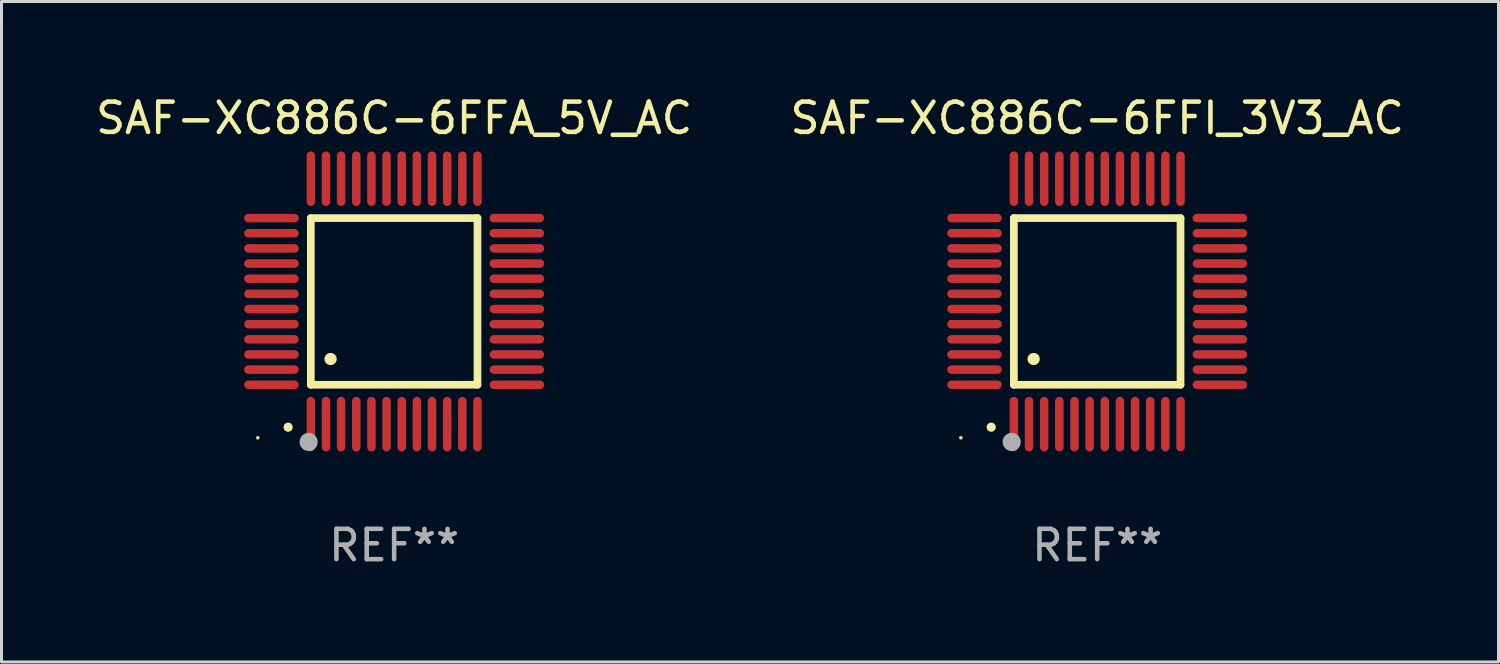
<source format=kicad_pcb>
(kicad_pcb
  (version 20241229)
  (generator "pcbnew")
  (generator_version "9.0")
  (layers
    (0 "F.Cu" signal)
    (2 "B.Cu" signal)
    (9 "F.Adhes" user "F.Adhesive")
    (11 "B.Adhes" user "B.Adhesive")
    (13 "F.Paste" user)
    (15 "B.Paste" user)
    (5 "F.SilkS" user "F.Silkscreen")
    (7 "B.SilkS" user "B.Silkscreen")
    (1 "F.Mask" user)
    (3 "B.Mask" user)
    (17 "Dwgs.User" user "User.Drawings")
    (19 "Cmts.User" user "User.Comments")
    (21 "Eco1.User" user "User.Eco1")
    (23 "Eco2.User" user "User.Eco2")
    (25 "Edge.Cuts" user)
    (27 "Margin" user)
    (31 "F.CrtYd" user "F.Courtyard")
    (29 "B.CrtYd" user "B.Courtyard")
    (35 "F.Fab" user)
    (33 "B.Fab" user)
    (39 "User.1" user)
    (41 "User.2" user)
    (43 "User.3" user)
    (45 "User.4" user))
  (footprint "SAF-XC886C-6FFI_3V3_AC"
    (layer "F.Cu")
    (at 33.161 6.898)
    (property "Reference" "SAF-XC886C-6FFI_3V3_AC" (at 0 -6.05 0) (layer "F.SilkS") (effects (font (size 1 1) (thickness 0.15))))
    (attr through_hole)
    (fp_line (start -2.75 -2.75) (end 2.75 -2.75) (stroke (width 0.254) (type solid)) (layer "F.SilkS"))
    (fp_line (start -2.75 2.75) (end -2.75 -2.75) (stroke (width 0.254) (type solid)) (layer "F.SilkS"))
    (fp_line (start 2.75 -2.75) (end 2.75 2.75) (stroke (width 0.254) (type solid)) (layer "F.SilkS"))
    (fp_line (start 2.75 2.75) (end -2.75 2.75) (stroke (width 0.254) (type solid)) (layer "F.SilkS"))
    (fp_arc (start -3.500127 4.150368) (mid -3.498857 4.150363) (end -3.497587 4.150368) (stroke (width 0.3) (type solid)) (layer "F.SilkS"))
    (fp_arc (start -2.100584 1.899924) (mid -2.098044 1.899908) (end -2.095504 1.899924) (stroke (width 0.4) (type solid)) (layer "F.SilkS"))
    (fp_circle (center -4.5 4.5) (end -4.47 4.5) (stroke (width 0.06) (type solid)) (fill no) (layer "F.SilkS"))
    (fp_circle (center -2.822 4.638) (end -2.672 4.638) (stroke (width 0.3) (type solid)) (fill no) (layer "F.Fab"))
    (fp_text user "REF**" (at 0 8.05 0) (layer "F.Fab") (effects (font (size 1 1) (thickness 0.15))))
    (pad "1" smd oval (at -2.75 4.05) (size 0.28 1.8) (layers "F.Cu" "F.Mask" "F.Paste"))
    (pad "2" smd oval (at -2.25 4.05) (size 0.28 1.8) (layers "F.Cu" "F.Mask" "F.Paste"))
    (pad "3" smd oval (at -1.75 4.05) (size 0.28 1.8) (layers "F.Cu" "F.Mask" "F.Paste"))
    (pad "4" smd oval (at -1.25 4.05) (size 0.28 1.8) (layers "F.Cu" "F.Mask" "F.Paste"))
    (pad "5" smd oval (at -0.75 4.05) (size 0.28 1.8) (layers "F.Cu" "F.Mask" "F.Paste"))
    (pad "6" smd oval (at -0.25 4.05) (size 0.28 1.8) (layers "F.Cu" "F.Mask" "F.Paste"))
    (pad "7" smd oval (at 0.25 4.05) (size 0.28 1.8) (layers "F.Cu" "F.Mask" "F.Paste"))
    (pad "8" smd oval (at 0.75 4.05) (size 0.28 1.8) (layers "F.Cu" "F.Mask" "F.Paste"))
    (pad "9" smd oval (at 1.25 4.05) (size 0.28 1.8) (layers "F.Cu" "F.Mask" "F.Paste"))
    (pad "10" smd oval (at 1.75 4.05) (size 0.28 1.8) (layers "F.Cu" "F.Mask" "F.Paste"))
    (pad "11" smd oval (at 2.25 4.05) (size 0.28 1.8) (layers "F.Cu" "F.Mask" "F.Paste"))
    (pad "12" smd oval (at 2.75 4.05) (size 0.28 1.8) (layers "F.Cu" "F.Mask" "F.Paste"))
    (pad "13" smd oval (at 4.05 2.75) (size 1.8 0.28) (layers "F.Cu" "F.Mask" "F.Paste"))
    (pad "14" smd oval (at 4.05 2.25) (size 1.8 0.28) (layers "F.Cu" "F.Mask" "F.Paste"))
    (pad "15" smd oval (at 4.05 1.75) (size 1.8 0.28) (layers "F.Cu" "F.Mask" "F.Paste"))
    (pad "16" smd oval (at 4.05 1.25) (size 1.8 0.28) (layers "F.Cu" "F.Mask" "F.Paste"))
    (pad "17" smd oval (at 4.05 0.75) (size 1.8 0.28) (layers "F.Cu" "F.Mask" "F.Paste"))
    (pad "18" smd oval (at 4.05 0.25) (size 1.8 0.28) (layers "F.Cu" "F.Mask" "F.Paste"))
    (pad "19" smd oval (at 4.05 -0.25) (size 1.8 0.28) (layers "F.Cu" "F.Mask" "F.Paste"))
    (pad "20" smd oval (at 4.05 -0.75) (size 1.8 0.28) (layers "F.Cu" "F.Mask" "F.Paste"))
    (pad "21" smd oval (at 4.05 -1.25) (size 1.8 0.28) (layers "F.Cu" "F.Mask" "F.Paste"))
    (pad "22" smd oval (at 4.05 -1.75) (size 1.8 0.28) (layers "F.Cu" "F.Mask" "F.Paste"))
    (pad "23" smd oval (at 4.05 -2.25) (size 1.8 0.28) (layers "F.Cu" "F.Mask" "F.Paste"))
    (pad "24" smd oval (at 4.05 -2.75) (size 1.8 0.28) (layers "F.Cu" "F.Mask" "F.Paste"))
    (pad "25" smd oval (at 2.75 -4.05) (size 0.28 1.8) (layers "F.Cu" "F.Mask" "F.Paste"))
    (pad "26" smd oval (at 2.25 -4.05) (size 0.28 1.8) (layers "F.Cu" "F.Mask" "F.Paste"))
    (pad "27" smd oval (at 1.75 -4.05) (size 0.28 1.8) (layers "F.Cu" "F.Mask" "F.Paste"))
    (pad "28" smd oval (at 1.25 -4.05) (size 0.28 1.8) (layers "F.Cu" "F.Mask" "F.Paste"))
    (pad "29" smd oval (at 0.75 -4.05) (size 0.28 1.8) (layers "F.Cu" "F.Mask" "F.Paste"))
    (pad "30" smd oval (at 0.25 -4.05) (size 0.28 1.8) (layers "F.Cu" "F.Mask" "F.Paste"))
    (pad "31" smd oval (at -0.25 -4.05) (size 0.28 1.8) (layers "F.Cu" "F.Mask" "F.Paste"))
    (pad "32" smd oval (at -0.75 -4.05) (size 0.28 1.8) (layers "F.Cu" "F.Mask" "F.Paste"))
    (pad "33" smd oval (at -1.25 -4.05) (size 0.28 1.8) (layers "F.Cu" "F.Mask" "F.Paste"))
    (pad "34" smd oval (at -1.75 -4.05) (size 0.28 1.8) (layers "F.Cu" "F.Mask" "F.Paste"))
    (pad "35" smd oval (at -2.25 -4.05) (size 0.28 1.8) (layers "F.Cu" "F.Mask" "F.Paste"))
    (pad "36" smd oval (at -2.75 -4.05) (size 0.28 1.8) (layers "F.Cu" "F.Mask" "F.Paste"))
    (pad "37" smd oval (at -4.05 -2.75) (size 1.8 0.28) (layers "F.Cu" "F.Mask" "F.Paste"))
    (pad "38" smd oval (at -4.05 -2.25) (size 1.8 0.28) (layers "F.Cu" "F.Mask" "F.Paste"))
    (pad "39" smd oval (at -4.05 -1.75) (size 1.8 0.28) (layers "F.Cu" "F.Mask" "F.Paste"))
    (pad "40" smd oval (at -4.05 -1.25) (size 1.8 0.28) (layers "F.Cu" "F.Mask" "F.Paste"))
    (pad "41" smd oval (at -4.05 -0.75) (size 1.8 0.28) (layers "F.Cu" "F.Mask" "F.Paste"))
    (pad "42" smd oval (at -4.05 -0.25) (size 1.8 0.28) (layers "F.Cu" "F.Mask" "F.Paste"))
    (pad "43" smd oval (at -4.05 0.25) (size 1.8 0.28) (layers "F.Cu" "F.Mask" "F.Paste"))
    (pad "44" smd oval (at -4.05 0.75) (size 1.8 0.28) (layers "F.Cu" "F.Mask" "F.Paste"))
    (pad "45" smd oval (at -4.05 1.25) (size 1.8 0.28) (layers "F.Cu" "F.Mask" "F.Paste"))
    (pad "46" smd oval (at -4.05 1.75) (size 1.8 0.28) (layers "F.Cu" "F.Mask" "F.Paste"))
    (pad "47" smd oval (at -4.05 2.25) (size 1.8 0.28) (layers "F.Cu" "F.Mask" "F.Paste"))
    (pad "48" smd oval (at -4.05 2.75) (size 1.8 0.28) (layers "F.Cu" "F.Mask" "F.Paste")))
  (footprint "SAF-XC886C-6FFA_5V_AC"
    (layer "F.Cu")
    (at 9.958 6.898)
    (property "Reference" "SAF-XC886C-6FFA_5V_AC" (at 0 -6.05 0) (layer "F.SilkS") (effects (font (size 1 1) (thickness 0.15))))
    (attr through_hole)
    (fp_line (start -2.75 -2.75) (end 2.75 -2.75) (stroke (width 0.254) (type solid)) (layer "F.SilkS"))
    (fp_line (start -2.75 2.75) (end -2.75 -2.75) (stroke (width 0.254) (type solid)) (layer "F.SilkS"))
    (fp_line (start 2.75 -2.75) (end 2.75 2.75) (stroke (width 0.254) (type solid)) (layer "F.SilkS"))
    (fp_line (start 2.75 2.75) (end -2.75 2.75) (stroke (width 0.254) (type solid)) (layer "F.SilkS"))
    (fp_arc (start -3.500127 4.150368) (mid -3.498857 4.150363) (end -3.497587 4.150368) (stroke (width 0.3) (type solid)) (layer "F.SilkS"))
    (fp_arc (start -2.100584 1.899924) (mid -2.098044 1.899908) (end -2.095504 1.899924) (stroke (width 0.4) (type solid)) (layer "F.SilkS"))
    (fp_circle (center -4.5 4.5) (end -4.47 4.5) (stroke (width 0.06) (type solid)) (fill no) (layer "F.SilkS"))
    (fp_circle (center -2.822 4.638) (end -2.672 4.638) (stroke (width 0.3) (type solid)) (fill no) (layer "F.Fab"))
    (fp_text user "REF**" (at 0 8.05 0) (layer "F.Fab") (effects (font (size 1 1) (thickness 0.15))))
    (pad "1" smd oval (at -2.75 4.05) (size 0.28 1.8) (layers "F.Cu" "F.Mask" "F.Paste"))
    (pad "2" smd oval (at -2.25 4.05) (size 0.28 1.8) (layers "F.Cu" "F.Mask" "F.Paste"))
    (pad "3" smd oval (at -1.75 4.05) (size 0.28 1.8) (layers "F.Cu" "F.Mask" "F.Paste"))
    (pad "4" smd oval (at -1.25 4.05) (size 0.28 1.8) (layers "F.Cu" "F.Mask" "F.Paste"))
    (pad "5" smd oval (at -0.75 4.05) (size 0.28 1.8) (layers "F.Cu" "F.Mask" "F.Paste"))
    (pad "6" smd oval (at -0.25 4.05) (size 0.28 1.8) (layers "F.Cu" "F.Mask" "F.Paste"))
    (pad "7" smd oval (at 0.25 4.05) (size 0.28 1.8) (layers "F.Cu" "F.Mask" "F.Paste"))
    (pad "8" smd oval (at 0.75 4.05) (size 0.28 1.8) (layers "F.Cu" "F.Mask" "F.Paste"))
    (pad "9" smd oval (at 1.25 4.05) (size 0.28 1.8) (layers "F.Cu" "F.Mask" "F.Paste"))
    (pad "10" smd oval (at 1.75 4.05) (size 0.28 1.8) (layers "F.Cu" "F.Mask" "F.Paste"))
    (pad "11" smd oval (at 2.25 4.05) (size 0.28 1.8) (layers "F.Cu" "F.Mask" "F.Paste"))
    (pad "12" smd oval (at 2.75 4.05) (size 0.28 1.8) (layers "F.Cu" "F.Mask" "F.Paste"))
    (pad "13" smd oval (at 4.05 2.75) (size 1.8 0.28) (layers "F.Cu" "F.Mask" "F.Paste"))
    (pad "14" smd oval (at 4.05 2.25) (size 1.8 0.28) (layers "F.Cu" "F.Mask" "F.Paste"))
    (pad "15" smd oval (at 4.05 1.75) (size 1.8 0.28) (layers "F.Cu" "F.Mask" "F.Paste"))
    (pad "16" smd oval (at 4.05 1.25) (size 1.8 0.28) (layers "F.Cu" "F.Mask" "F.Paste"))
    (pad "17" smd oval (at 4.05 0.75) (size 1.8 0.28) (layers "F.Cu" "F.Mask" "F.Paste"))
    (pad "18" smd oval (at 4.05 0.25) (size 1.8 0.28) (layers "F.Cu" "F.Mask" "F.Paste"))
    (pad "19" smd oval (at 4.05 -0.25) (size 1.8 0.28) (layers "F.Cu" "F.Mask" "F.Paste"))
    (pad "20" smd oval (at 4.05 -0.75) (size 1.8 0.28) (layers "F.Cu" "F.Mask" "F.Paste"))
    (pad "21" smd oval (at 4.05 -1.25) (size 1.8 0.28) (layers "F.Cu" "F.Mask" "F.Paste"))
    (pad "22" smd oval (at 4.05 -1.75) (size 1.8 0.28) (layers "F.Cu" "F.Mask" "F.Paste"))
    (pad "23" smd oval (at 4.05 -2.25) (size 1.8 0.28) (layers "F.Cu" "F.Mask" "F.Paste"))
    (pad "24" smd oval (at 4.05 -2.75) (size 1.8 0.28) (layers "F.Cu" "F.Mask" "F.Paste"))
    (pad "25" smd oval (at 2.75 -4.05) (size 0.28 1.8) (layers "F.Cu" "F.Mask" "F.Paste"))
    (pad "26" smd oval (at 2.25 -4.05) (size 0.28 1.8) (layers "F.Cu" "F.Mask" "F.Paste"))
    (pad "27" smd oval (at 1.75 -4.05) (size 0.28 1.8) (layers "F.Cu" "F.Mask" "F.Paste"))
    (pad "28" smd oval (at 1.25 -4.05) (size 0.28 1.8) (layers "F.Cu" "F.Mask" "F.Paste"))
    (pad "29" smd oval (at 0.75 -4.05) (size 0.28 1.8) (layers "F.Cu" "F.Mask" "F.Paste"))
    (pad "30" smd oval (at 0.25 -4.05) (size 0.28 1.8) (layers "F.Cu" "F.Mask" "F.Paste"))
    (pad "31" smd oval (at -0.25 -4.05) (size 0.28 1.8) (layers "F.Cu" "F.Mask" "F.Paste"))
    (pad "32" smd oval (at -0.75 -4.05) (size 0.28 1.8) (layers "F.Cu" "F.Mask" "F.Paste"))
    (pad "33" smd oval (at -1.25 -4.05) (size 0.28 1.8) (layers "F.Cu" "F.Mask" "F.Paste"))
    (pad "34" smd oval (at -1.75 -4.05) (size 0.28 1.8) (layers "F.Cu" "F.Mask" "F.Paste"))
    (pad "35" smd oval (at -2.25 -4.05) (size 0.28 1.8) (layers "F.Cu" "F.Mask" "F.Paste"))
    (pad "36" smd oval (at -2.75 -4.05) (size 0.28 1.8) (layers "F.Cu" "F.Mask" "F.Paste"))
    (pad "37" smd oval (at -4.05 -2.75) (size 1.8 0.28) (layers "F.Cu" "F.Mask" "F.Paste"))
    (pad "38" smd oval (at -4.05 -2.25) (size 1.8 0.28) (layers "F.Cu" "F.Mask" "F.Paste"))
    (pad "39" smd oval (at -4.05 -1.75) (size 1.8 0.28) (layers "F.Cu" "F.Mask" "F.Paste"))
    (pad "40" smd oval (at -4.05 -1.25) (size 1.8 0.28) (layers "F.Cu" "F.Mask" "F.Paste"))
    (pad "41" smd oval (at -4.05 -0.75) (size 1.8 0.28) (layers "F.Cu" "F.Mask" "F.Paste"))
    (pad "42" smd oval (at -4.05 -0.25) (size 1.8 0.28) (layers "F.Cu" "F.Mask" "F.Paste"))
    (pad "43" smd oval (at -4.05 0.25) (size 1.8 0.28) (layers "F.Cu" "F.Mask" "F.Paste"))
    (pad "44" smd oval (at -4.05 0.75) (size 1.8 0.28) (layers "F.Cu" "F.Mask" "F.Paste"))
    (pad "45" smd oval (at -4.05 1.25) (size 1.8 0.28) (layers "F.Cu" "F.Mask" "F.Paste"))
    (pad "46" smd oval (at -4.05 1.75) (size 1.8 0.28) (layers "F.Cu" "F.Mask" "F.Paste"))
    (pad "47" smd oval (at -4.05 2.25) (size 1.8 0.28) (layers "F.Cu" "F.Mask" "F.Paste"))
    (pad "48" smd oval (at -4.05 2.75) (size 1.8 0.28) (layers "F.Cu" "F.Mask" "F.Paste")))
  (gr_rect
    (start -3 -3)
    (end 46.405 18.797)
    (stroke (width 0.1) (type default))
    (fill no)
    (layer "Edge.Cuts")))
</source>
